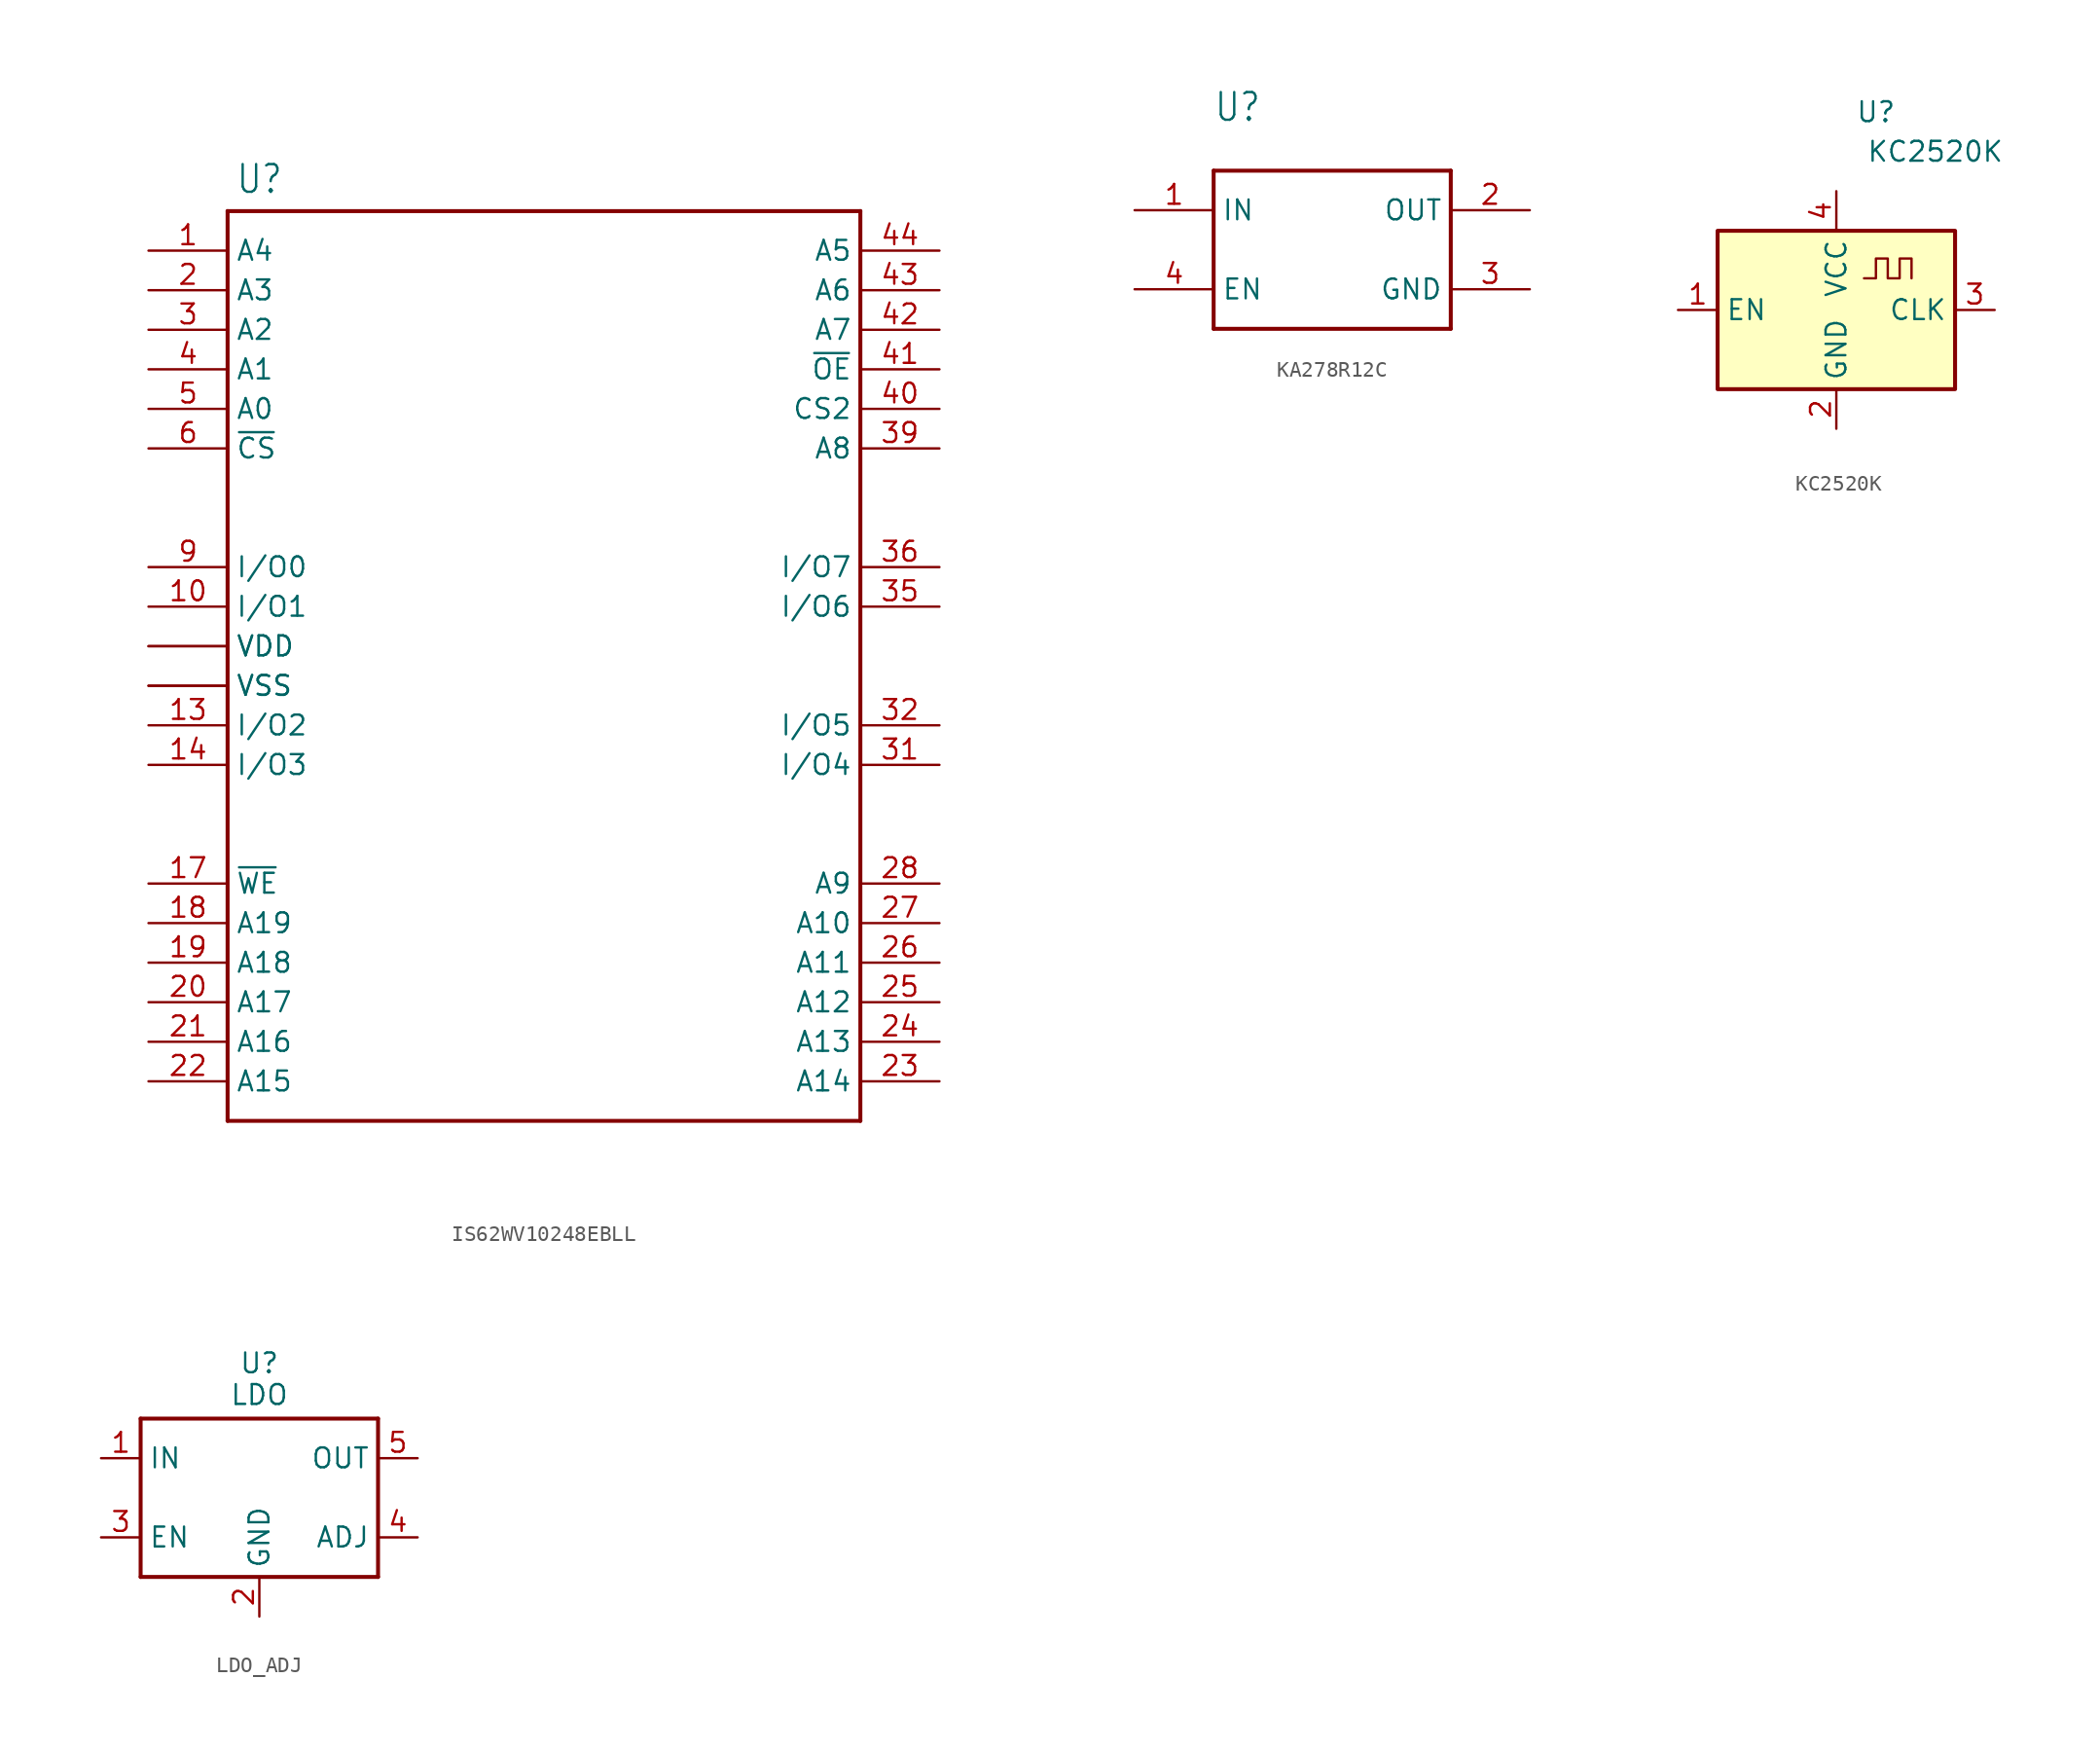
<source format=kicad_sym>
(kicad_symbol_lib
  (version 20231120)
  (generator "kicad_symbol_editor")
  (generator_version "8.0")
  (symbol "IS62WV10248EBLL"
    (property "Reference" "U"
      (at -19.812 28.956 0)
      (effects (font (size 1.778 1.511)) (justify left bottom)))
    (property "Value" ""
      (at 0 0 0)
      (effects (font (size 1.778 1.511))))
    (property "ki_locked" ""
      (at 0 0 0)
      (effects (font (size 1.27 1.27))))
    (symbol "IS62WV10248EBLL_1_0"
      (polyline (pts (xy -20.32 -30.48) (xy -20.32 27.94)) (stroke (width 0.254) (type solid)) (fill (type none)))
      (polyline (pts (xy -20.32 27.94) (xy 20.32 27.94)) (stroke (width 0.254) (type solid)) (fill (type none)))
      (polyline (pts (xy 20.32 -30.48) (xy -20.32 -30.48)) (stroke (width 0.254) (type solid)) (fill (type none)))
      (polyline (pts (xy 20.32 27.94) (xy 20.32 -30.48)) (stroke (width 0.254) (type solid)) (fill (type none)))
      (pin bidirectional line (at -25.4 25.4 0) (length 5.08) (name "A4" (effects (font (size 1.27 1.27)))) (number "1" (effects (font (size 1.27 1.27)))))
      (pin bidirectional line (at -25.4 2.54 0) (length 5.08) (name "I/O1" (effects (font (size 1.27 1.27)))) (number "10" (effects (font (size 1.27 1.27)))))
      (pin bidirectional line (at -25.4 0 0) (length 5.08) (name "VDD" (effects (font (size 1.27 1.27)))) (number "11" (effects (font (size 0 0)))))
      (pin bidirectional line (at -25.4 -2.54 0) (length 5.08) (name "VSS" (effects (font (size 1.27 1.27)))) (number "12" (effects (font (size 0 0)))))
      (pin bidirectional line (at -25.4 -5.08 0) (length 5.08) (name "I/O2" (effects (font (size 1.27 1.27)))) (number "13" (effects (font (size 1.27 1.27)))))
      (pin bidirectional line (at -25.4 -7.62 0) (length 5.08) (name "I/O3" (effects (font (size 1.27 1.27)))) (number "14" (effects (font (size 1.27 1.27)))))
      (pin bidirectional line (at -25.4 -15.24 0) (length 5.08) (name "~{WE}" (effects (font (size 1.27 1.27)))) (number "17" (effects (font (size 1.27 1.27)))))
      (pin bidirectional line (at -25.4 -17.78 0) (length 5.08) (name "A19" (effects (font (size 1.27 1.27)))) (number "18" (effects (font (size 1.27 1.27)))))
      (pin bidirectional line (at -25.4 -20.32 0) (length 5.08) (name "A18" (effects (font (size 1.27 1.27)))) (number "19" (effects (font (size 1.27 1.27)))))
      (pin bidirectional line (at -25.4 22.86 0) (length 5.08) (name "A3" (effects (font (size 1.27 1.27)))) (number "2" (effects (font (size 1.27 1.27)))))
      (pin bidirectional line (at -25.4 -22.86 0) (length 5.08) (name "A17" (effects (font (size 1.27 1.27)))) (number "20" (effects (font (size 1.27 1.27)))))
      (pin bidirectional line (at -25.4 -25.4 0) (length 5.08) (name "A16" (effects (font (size 1.27 1.27)))) (number "21" (effects (font (size 1.27 1.27)))))
      (pin bidirectional line (at -25.4 -27.94 0) (length 5.08) (name "A15" (effects (font (size 1.27 1.27)))) (number "22" (effects (font (size 1.27 1.27)))))
      (pin bidirectional line (at 25.4 -27.94 180) (length 5.08) (name "A14" (effects (font (size 1.27 1.27)))) (number "23" (effects (font (size 1.27 1.27)))))
      (pin bidirectional line (at 25.4 -25.4 180) (length 5.08) (name "A13" (effects (font (size 1.27 1.27)))) (number "24" (effects (font (size 1.27 1.27)))))
      (pin bidirectional line (at 25.4 -22.86 180) (length 5.08) (name "A12" (effects (font (size 1.27 1.27)))) (number "25" (effects (font (size 1.27 1.27)))))
      (pin bidirectional line (at 25.4 -20.32 180) (length 5.08) (name "A11" (effects (font (size 1.27 1.27)))) (number "26" (effects (font (size 1.27 1.27)))))
      (pin bidirectional line (at 25.4 -17.78 180) (length 5.08) (name "A10" (effects (font (size 1.27 1.27)))) (number "27" (effects (font (size 1.27 1.27)))))
      (pin bidirectional line (at 25.4 -15.24 180) (length 5.08) (name "A9" (effects (font (size 1.27 1.27)))) (number "28" (effects (font (size 1.27 1.27)))))
      (pin bidirectional line (at -25.4 20.32 0) (length 5.08) (name "A2" (effects (font (size 1.27 1.27)))) (number "3" (effects (font (size 1.27 1.27)))))
      (pin bidirectional line (at 25.4 -7.62 180) (length 5.08) (name "I/O4" (effects (font (size 1.27 1.27)))) (number "31" (effects (font (size 1.27 1.27)))))
      (pin bidirectional line (at 25.4 -5.08 180) (length 5.08) (name "I/O5" (effects (font (size 1.27 1.27)))) (number "32" (effects (font (size 1.27 1.27)))))
      (pin bidirectional line (at -25.4 0 0) (length 5.08) (name "VDD" (effects (font (size 1.27 1.27)))) (number "33" (effects (font (size 0 0)))))
      (pin bidirectional line (at -25.4 -2.54 0) (length 5.08) (name "VSS" (effects (font (size 1.27 1.27)))) (number "34" (effects (font (size 0 0)))))
      (pin bidirectional line (at 25.4 2.54 180) (length 5.08) (name "I/O6" (effects (font (size 1.27 1.27)))) (number "35" (effects (font (size 1.27 1.27)))))
      (pin bidirectional line (at 25.4 5.08 180) (length 5.08) (name "I/O7" (effects (font (size 1.27 1.27)))) (number "36" (effects (font (size 1.27 1.27)))))
      (pin bidirectional line (at 25.4 12.7 180) (length 5.08) (name "A8" (effects (font (size 1.27 1.27)))) (number "39" (effects (font (size 1.27 1.27)))))
      (pin bidirectional line (at -25.4 17.78 0) (length 5.08) (name "A1" (effects (font (size 1.27 1.27)))) (number "4" (effects (font (size 1.27 1.27)))))
      (pin bidirectional line (at 25.4 15.24 180) (length 5.08) (name "CS2" (effects (font (size 1.27 1.27)))) (number "40" (effects (font (size 1.27 1.27)))))
      (pin bidirectional line (at 25.4 17.78 180) (length 5.08) (name "~{OE}" (effects (font (size 1.27 1.27)))) (number "41" (effects (font (size 1.27 1.27)))))
      (pin bidirectional line (at 25.4 20.32 180) (length 5.08) (name "A7" (effects (font (size 1.27 1.27)))) (number "42" (effects (font (size 1.27 1.27)))))
      (pin bidirectional line (at 25.4 22.86 180) (length 5.08) (name "A6" (effects (font (size 1.27 1.27)))) (number "43" (effects (font (size 1.27 1.27)))))
      (pin bidirectional line (at 25.4 25.4 180) (length 5.08) (name "A5" (effects (font (size 1.27 1.27)))) (number "44" (effects (font (size 1.27 1.27)))))
      (pin bidirectional line (at -25.4 15.24 0) (length 5.08) (name "A0" (effects (font (size 1.27 1.27)))) (number "5" (effects (font (size 1.27 1.27)))))
      (pin bidirectional line (at -25.4 12.7 0) (length 5.08) (name "~{CS}" (effects (font (size 1.27 1.27)))) (number "6" (effects (font (size 1.27 1.27)))))
      (pin bidirectional line (at -25.4 5.08 0) (length 5.08) (name "I/O0" (effects (font (size 1.27 1.27)))) (number "9" (effects (font (size 1.27 1.27)))))))
  (symbol "KA278R12C"
    (property "Reference" "U"
      (at -7.62 8.128 0)
      (effects (font (size 1.778 1.511)) (justify left bottom)))
    (property "Value" ""
      (at -7.62 5.842 0)
      (effects (font (size 1.778 1.511)) (justify left bottom)))
    (property "ki_locked" ""
      (at 0 0 0)
      (effects (font (size 1.27 1.27))))
    (symbol "KA278R12C_1_0"
      (polyline (pts (xy -7.62 -5.08) (xy 7.62 -5.08)) (stroke (width 0.254) (type solid)) (fill (type none)))
      (polyline (pts (xy -7.62 5.08) (xy -7.62 -5.08)) (stroke (width 0.254) (type solid)) (fill (type none)))
      (polyline (pts (xy 7.62 -5.08) (xy 7.62 5.08)) (stroke (width 0.254) (type solid)) (fill (type none)))
      (polyline (pts (xy 7.62 5.08) (xy -7.62 5.08)) (stroke (width 0.254) (type solid)) (fill (type none)))
      (pin bidirectional line (at -12.7 2.54 0) (length 5.08) (name "IN" (effects (font (size 1.27 1.27)))) (number "1" (effects (font (size 1.27 1.27)))))
      (pin bidirectional line (at 12.7 2.54 180) (length 5.08) (name "OUT" (effects (font (size 1.27 1.27)))) (number "2" (effects (font (size 1.27 1.27)))))
      (pin bidirectional line (at 12.7 -2.54 180) (length 5.08) (name "GND" (effects (font (size 1.27 1.27)))) (number "3" (effects (font (size 1.27 1.27)))))
      (pin bidirectional line (at -12.7 -2.54 0) (length 5.08) (name "EN" (effects (font (size 1.27 1.27)))) (number "4" (effects (font (size 1.27 1.27)))))))
  (symbol "KC2520K"
    (property "Reference" "U"
      (at 2.54 12.7 0)
      (effects (font (size 1.27 1.27))))
    (property "Value" "KC2520K"
      (at 6.35 10.16 0)
      (effects (font (size 1.27 1.27))))
    (symbol "KC2520K_0_1"
      (rectangle (start -7.62 5.08) (end 7.62 -5.08) (stroke (width 0.254) (type default)) (fill (type background))))
    (symbol "KC2520K_1_1"
      (polyline (pts (xy 1.778 2.032) (xy 2.54 2.032) (xy 2.54 3.302) (xy 3.302 3.302) (xy 3.302 2.032) (xy 4.064 2.032) (xy 4.064 3.302) (xy 4.826 3.302) (xy 4.826 2.032)) (stroke (width 0) (type default)) (fill (type none)))
      (pin input line (at -10.16 0 0) (length 2.54) (name "EN" (effects (font (size 1.27 1.27)))) (number "1" (effects (font (size 1.27 1.27)))))
      (pin power_in line (at 0 -7.62 90) (length 2.54) (name "GND" (effects (font (size 1.27 1.27)))) (number "2" (effects (font (size 1.27 1.27)))))
      (pin output line (at 10.16 0 180) (length 2.54) (name "CLK" (effects (font (size 1.27 1.27)))) (number "3" (effects (font (size 1.27 1.27)))))
      (pin power_in line (at 0 7.62 270) (length 2.54) (name "VCC" (effects (font (size 1.27 1.27)))) (number "4" (effects (font (size 1.27 1.27)))))))
  (symbol "LDO_ADJ"
    (property "Reference" "U"
      (at 0 8.636 0)
      (effects (font (size 1.27 1.27))))
    (property "Value" "LDO"
      (at 0 6.604 0)
      (effects (font (size 1.27 1.27))))
    (symbol "LDO_ADJ_1_0"
      (polyline (pts (xy -7.62 -5.08) (xy 7.62 -5.08)) (stroke (width 0.254) (type solid)) (fill (type none)))
      (polyline (pts (xy -7.62 5.08) (xy -7.62 -5.08)) (stroke (width 0.254) (type solid)) (fill (type none)))
      (polyline (pts (xy 7.62 -5.08) (xy 7.62 5.08)) (stroke (width 0.254) (type solid)) (fill (type none)))
      (polyline (pts (xy 7.62 5.08) (xy -7.62 5.08)) (stroke (width 0.254) (type solid)) (fill (type none)))
      (pin power_in line (at -10.16 2.54 0) (length 2.54) (name "IN" (effects (font (size 1.27 1.27)))) (number "1" (effects (font (size 1.27 1.27)))))
      (pin power_in line (at 0 -7.62 90) (length 2.54) (name "GND" (effects (font (size 1.27 1.27)))) (number "2" (effects (font (size 1.27 1.27)))))
      (pin input line (at -10.16 -2.54 0) (length 2.54) (name "EN" (effects (font (size 1.27 1.27)))) (number "3" (effects (font (size 1.27 1.27)))))
      (pin input line (at 10.16 -2.54 180) (length 2.54) (name "ADJ" (effects (font (size 1.27 1.27)))) (number "4" (effects (font (size 1.27 1.27)))))
      (pin power_out line (at 10.16 2.54 180) (length 2.54) (name "OUT" (effects (font (size 1.27 1.27)))) (number "5" (effects (font (size 1.27 1.27))))))))
</source>
